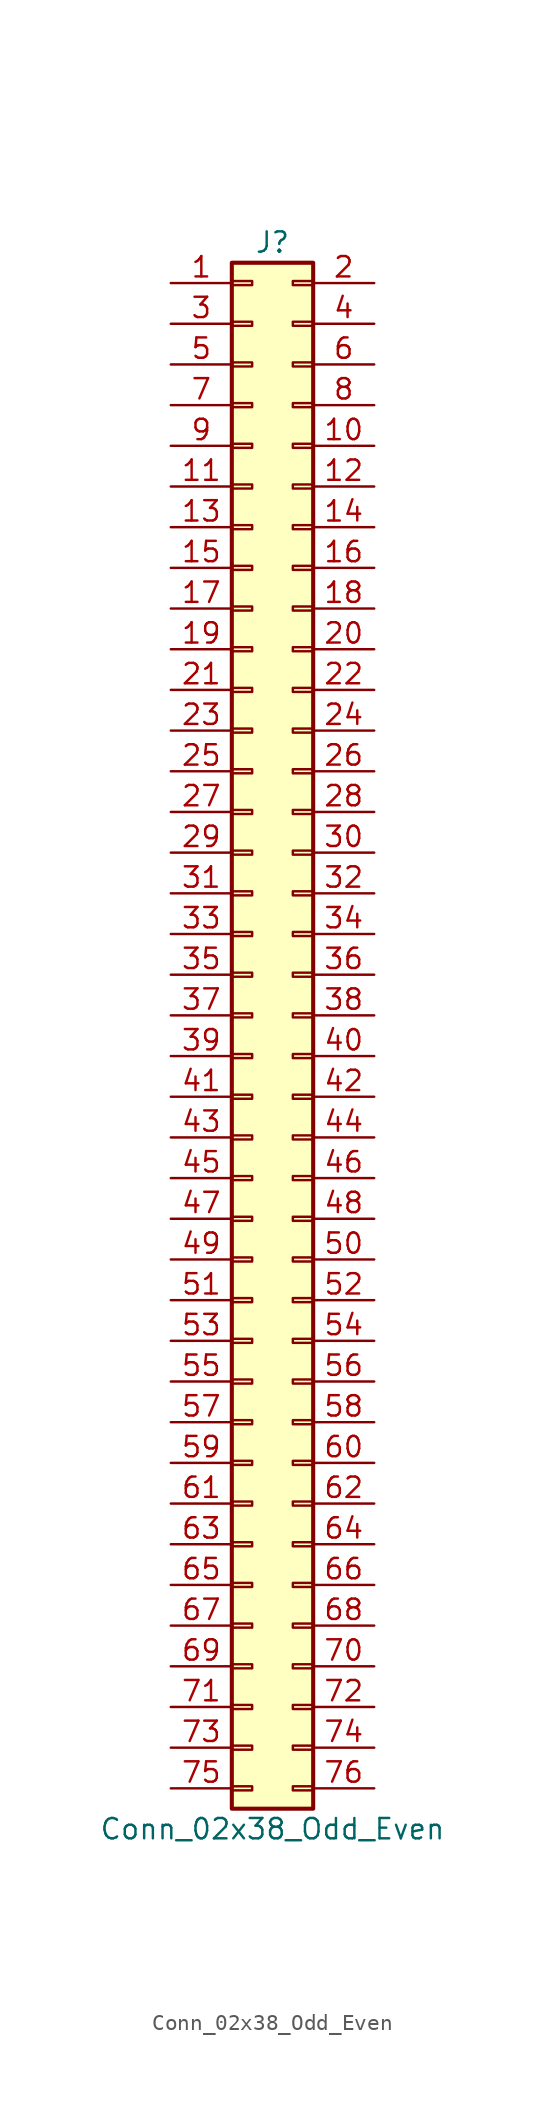
<source format=kicad_sym>
(kicad_symbol_lib
  (version 20211014)
  (generator kicad_symbol_editor)
  (symbol "Conn_02x38_Odd_Even"
    (pin_names
      (offset 1.016) hide)
    (property "Reference" "J"
      (at 1.27 48.26 0)
      (effects (font (size 1.27 1.27))))
    (property "Value" "Conn_02x38_Odd_Even"
      (at 1.27 -50.8 0)
      (effects (font (size 1.27 1.27))))
    (symbol "Conn_02x38_Odd_Even_1_1"
      (rectangle (start -1.27 -48.133) (end 0 -48.387) (stroke (width 0.152) (type default) (color 0 0 0 0)) (fill (type none)))
      (rectangle (start -1.27 -45.593) (end 0 -45.847) (stroke (width 0.152) (type default) (color 0 0 0 0)) (fill (type none)))
      (rectangle (start -1.27 -43.053) (end 0 -43.307) (stroke (width 0.152) (type default) (color 0 0 0 0)) (fill (type none)))
      (rectangle (start -1.27 -40.513) (end 0 -40.767) (stroke (width 0.152) (type default) (color 0 0 0 0)) (fill (type none)))
      (rectangle (start -1.27 -37.973) (end 0 -38.227) (stroke (width 0.152) (type default) (color 0 0 0 0)) (fill (type none)))
      (rectangle (start -1.27 -35.433) (end 0 -35.687) (stroke (width 0.152) (type default) (color 0 0 0 0)) (fill (type none)))
      (rectangle (start -1.27 -32.893) (end 0 -33.147) (stroke (width 0.152) (type default) (color 0 0 0 0)) (fill (type none)))
      (rectangle (start -1.27 -30.353) (end 0 -30.607) (stroke (width 0.152) (type default) (color 0 0 0 0)) (fill (type none)))
      (rectangle (start -1.27 -27.813) (end 0 -28.067) (stroke (width 0.152) (type default) (color 0 0 0 0)) (fill (type none)))
      (rectangle (start -1.27 -25.273) (end 0 -25.527) (stroke (width 0.152) (type default) (color 0 0 0 0)) (fill (type none)))
      (rectangle (start -1.27 -22.733) (end 0 -22.987) (stroke (width 0.152) (type default) (color 0 0 0 0)) (fill (type none)))
      (rectangle (start -1.27 -20.193) (end 0 -20.447) (stroke (width 0.152) (type default) (color 0 0 0 0)) (fill (type none)))
      (rectangle (start -1.27 -17.653) (end 0 -17.907) (stroke (width 0.152) (type default) (color 0 0 0 0)) (fill (type none)))
      (rectangle (start -1.27 -15.113) (end 0 -15.367) (stroke (width 0.152) (type default) (color 0 0 0 0)) (fill (type none)))
      (rectangle (start -1.27 -12.573) (end 0 -12.827) (stroke (width 0.152) (type default) (color 0 0 0 0)) (fill (type none)))
      (rectangle (start -1.27 -10.033) (end 0 -10.287) (stroke (width 0.152) (type default) (color 0 0 0 0)) (fill (type none)))
      (rectangle (start -1.27 -7.493) (end 0 -7.747) (stroke (width 0.152) (type default) (color 0 0 0 0)) (fill (type none)))
      (rectangle (start -1.27 -4.953) (end 0 -5.207) (stroke (width 0.152) (type default) (color 0 0 0 0)) (fill (type none)))
      (rectangle (start -1.27 -2.413) (end 0 -2.667) (stroke (width 0.152) (type default) (color 0 0 0 0)) (fill (type none)))
      (rectangle (start -1.27 0.127) (end 0 -0.127) (stroke (width 0.152) (type default) (color 0 0 0 0)) (fill (type none)))
      (rectangle (start -1.27 2.667) (end 0 2.413) (stroke (width 0.152) (type default) (color 0 0 0 0)) (fill (type none)))
      (rectangle (start -1.27 5.207) (end 0 4.953) (stroke (width 0.152) (type default) (color 0 0 0 0)) (fill (type none)))
      (rectangle (start -1.27 7.747) (end 0 7.493) (stroke (width 0.152) (type default) (color 0 0 0 0)) (fill (type none)))
      (rectangle (start -1.27 10.287) (end 0 10.033) (stroke (width 0.152) (type default) (color 0 0 0 0)) (fill (type none)))
      (rectangle (start -1.27 12.827) (end 0 12.573) (stroke (width 0.152) (type default) (color 0 0 0 0)) (fill (type none)))
      (rectangle (start -1.27 15.367) (end 0 15.113) (stroke (width 0.152) (type default) (color 0 0 0 0)) (fill (type none)))
      (rectangle (start -1.27 17.907) (end 0 17.653) (stroke (width 0.152) (type default) (color 0 0 0 0)) (fill (type none)))
      (rectangle (start -1.27 20.447) (end 0 20.193) (stroke (width 0.152) (type default) (color 0 0 0 0)) (fill (type none)))
      (rectangle (start -1.27 22.987) (end 0 22.733) (stroke (width 0.152) (type default) (color 0 0 0 0)) (fill (type none)))
      (rectangle (start -1.27 25.527) (end 0 25.273) (stroke (width 0.152) (type default) (color 0 0 0 0)) (fill (type none)))
      (rectangle (start -1.27 28.067) (end 0 27.813) (stroke (width 0.152) (type default) (color 0 0 0 0)) (fill (type none)))
      (rectangle (start -1.27 30.607) (end 0 30.353) (stroke (width 0.152) (type default) (color 0 0 0 0)) (fill (type none)))
      (rectangle (start -1.27 33.147) (end 0 32.893) (stroke (width 0.152) (type default) (color 0 0 0 0)) (fill (type none)))
      (rectangle (start -1.27 35.687) (end 0 35.433) (stroke (width 0.152) (type default) (color 0 0 0 0)) (fill (type none)))
      (rectangle (start -1.27 38.227) (end 0 37.973) (stroke (width 0.152) (type default) (color 0 0 0 0)) (fill (type none)))
      (rectangle (start -1.27 40.767) (end 0 40.513) (stroke (width 0.152) (type default) (color 0 0 0 0)) (fill (type none)))
      (rectangle (start -1.27 43.307) (end 0 43.053) (stroke (width 0.152) (type default) (color 0 0 0 0)) (fill (type none)))
      (rectangle (start -1.27 45.847) (end 0 45.593) (stroke (width 0.152) (type default) (color 0 0 0 0)) (fill (type none)))
      (rectangle (start -1.27 46.99) (end 3.81 -49.53) (stroke (width 0.254) (type default) (color 0 0 0 0)) (fill (type background)))
      (rectangle (start 3.81 -48.133) (end 2.54 -48.387) (stroke (width 0.152) (type default) (color 0 0 0 0)) (fill (type none)))
      (rectangle (start 3.81 -45.593) (end 2.54 -45.847) (stroke (width 0.152) (type default) (color 0 0 0 0)) (fill (type none)))
      (rectangle (start 3.81 -43.053) (end 2.54 -43.307) (stroke (width 0.152) (type default) (color 0 0 0 0)) (fill (type none)))
      (rectangle (start 3.81 -40.513) (end 2.54 -40.767) (stroke (width 0.152) (type default) (color 0 0 0 0)) (fill (type none)))
      (rectangle (start 3.81 -37.973) (end 2.54 -38.227) (stroke (width 0.152) (type default) (color 0 0 0 0)) (fill (type none)))
      (rectangle (start 3.81 -35.433) (end 2.54 -35.687) (stroke (width 0.152) (type default) (color 0 0 0 0)) (fill (type none)))
      (rectangle (start 3.81 -32.893) (end 2.54 -33.147) (stroke (width 0.152) (type default) (color 0 0 0 0)) (fill (type none)))
      (rectangle (start 3.81 -30.353) (end 2.54 -30.607) (stroke (width 0.152) (type default) (color 0 0 0 0)) (fill (type none)))
      (rectangle (start 3.81 -27.813) (end 2.54 -28.067) (stroke (width 0.152) (type default) (color 0 0 0 0)) (fill (type none)))
      (rectangle (start 3.81 -25.273) (end 2.54 -25.527) (stroke (width 0.152) (type default) (color 0 0 0 0)) (fill (type none)))
      (rectangle (start 3.81 -22.733) (end 2.54 -22.987) (stroke (width 0.152) (type default) (color 0 0 0 0)) (fill (type none)))
      (rectangle (start 3.81 -20.193) (end 2.54 -20.447) (stroke (width 0.152) (type default) (color 0 0 0 0)) (fill (type none)))
      (rectangle (start 3.81 -17.653) (end 2.54 -17.907) (stroke (width 0.152) (type default) (color 0 0 0 0)) (fill (type none)))
      (rectangle (start 3.81 -15.113) (end 2.54 -15.367) (stroke (width 0.152) (type default) (color 0 0 0 0)) (fill (type none)))
      (rectangle (start 3.81 -12.573) (end 2.54 -12.827) (stroke (width 0.152) (type default) (color 0 0 0 0)) (fill (type none)))
      (rectangle (start 3.81 -10.033) (end 2.54 -10.287) (stroke (width 0.152) (type default) (color 0 0 0 0)) (fill (type none)))
      (rectangle (start 3.81 -7.493) (end 2.54 -7.747) (stroke (width 0.152) (type default) (color 0 0 0 0)) (fill (type none)))
      (rectangle (start 3.81 -4.953) (end 2.54 -5.207) (stroke (width 0.152) (type default) (color 0 0 0 0)) (fill (type none)))
      (rectangle (start 3.81 -2.413) (end 2.54 -2.667) (stroke (width 0.152) (type default) (color 0 0 0 0)) (fill (type none)))
      (rectangle (start 3.81 0.127) (end 2.54 -0.127) (stroke (width 0.152) (type default) (color 0 0 0 0)) (fill (type none)))
      (rectangle (start 3.81 2.667) (end 2.54 2.413) (stroke (width 0.152) (type default) (color 0 0 0 0)) (fill (type none)))
      (rectangle (start 3.81 5.207) (end 2.54 4.953) (stroke (width 0.152) (type default) (color 0 0 0 0)) (fill (type none)))
      (rectangle (start 3.81 7.747) (end 2.54 7.493) (stroke (width 0.152) (type default) (color 0 0 0 0)) (fill (type none)))
      (rectangle (start 3.81 10.287) (end 2.54 10.033) (stroke (width 0.152) (type default) (color 0 0 0 0)) (fill (type none)))
      (rectangle (start 3.81 12.827) (end 2.54 12.573) (stroke (width 0.152) (type default) (color 0 0 0 0)) (fill (type none)))
      (rectangle (start 3.81 15.367) (end 2.54 15.113) (stroke (width 0.152) (type default) (color 0 0 0 0)) (fill (type none)))
      (rectangle (start 3.81 17.907) (end 2.54 17.653) (stroke (width 0.152) (type default) (color 0 0 0 0)) (fill (type none)))
      (rectangle (start 3.81 20.447) (end 2.54 20.193) (stroke (width 0.152) (type default) (color 0 0 0 0)) (fill (type none)))
      (rectangle (start 3.81 22.987) (end 2.54 22.733) (stroke (width 0.152) (type default) (color 0 0 0 0)) (fill (type none)))
      (rectangle (start 3.81 25.527) (end 2.54 25.273) (stroke (width 0.152) (type default) (color 0 0 0 0)) (fill (type none)))
      (rectangle (start 3.81 28.067) (end 2.54 27.813) (stroke (width 0.152) (type default) (color 0 0 0 0)) (fill (type none)))
      (rectangle (start 3.81 30.607) (end 2.54 30.353) (stroke (width 0.152) (type default) (color 0 0 0 0)) (fill (type none)))
      (rectangle (start 3.81 33.147) (end 2.54 32.893) (stroke (width 0.152) (type default) (color 0 0 0 0)) (fill (type none)))
      (rectangle (start 3.81 35.687) (end 2.54 35.433) (stroke (width 0.152) (type default) (color 0 0 0 0)) (fill (type none)))
      (rectangle (start 3.81 38.227) (end 2.54 37.973) (stroke (width 0.152) (type default) (color 0 0 0 0)) (fill (type none)))
      (rectangle (start 3.81 40.767) (end 2.54 40.513) (stroke (width 0.152) (type default) (color 0 0 0 0)) (fill (type none)))
      (rectangle (start 3.81 43.307) (end 2.54 43.053) (stroke (width 0.152) (type default) (color 0 0 0 0)) (fill (type none)))
      (rectangle (start 3.81 45.847) (end 2.54 45.593) (stroke (width 0.152) (type default) (color 0 0 0 0)) (fill (type none)))
      (pin passive line (at -5.08 45.72 0) (length 3.81) (name "Pin_1" (effects (font (size 1.27 1.27)))) (number "1" (effects (font (size 1.27 1.27)))))
      (pin passive line (at 7.62 35.56 180) (length 3.81) (name "Pin_10" (effects (font (size 1.27 1.27)))) (number "10" (effects (font (size 1.27 1.27)))))
      (pin passive line (at -5.08 33.02 0) (length 3.81) (name "Pin_11" (effects (font (size 1.27 1.27)))) (number "11" (effects (font (size 1.27 1.27)))))
      (pin passive line (at 7.62 33.02 180) (length 3.81) (name "Pin_12" (effects (font (size 1.27 1.27)))) (number "12" (effects (font (size 1.27 1.27)))))
      (pin passive line (at -5.08 30.48 0) (length 3.81) (name "Pin_13" (effects (font (size 1.27 1.27)))) (number "13" (effects (font (size 1.27 1.27)))))
      (pin passive line (at 7.62 30.48 180) (length 3.81) (name "Pin_14" (effects (font (size 1.27 1.27)))) (number "14" (effects (font (size 1.27 1.27)))))
      (pin passive line (at -5.08 27.94 0) (length 3.81) (name "Pin_15" (effects (font (size 1.27 1.27)))) (number "15" (effects (font (size 1.27 1.27)))))
      (pin passive line (at 7.62 27.94 180) (length 3.81) (name "Pin_16" (effects (font (size 1.27 1.27)))) (number "16" (effects (font (size 1.27 1.27)))))
      (pin passive line (at -5.08 25.4 0) (length 3.81) (name "Pin_17" (effects (font (size 1.27 1.27)))) (number "17" (effects (font (size 1.27 1.27)))))
      (pin passive line (at 7.62 25.4 180) (length 3.81) (name "Pin_18" (effects (font (size 1.27 1.27)))) (number "18" (effects (font (size 1.27 1.27)))))
      (pin passive line (at -5.08 22.86 0) (length 3.81) (name "Pin_19" (effects (font (size 1.27 1.27)))) (number "19" (effects (font (size 1.27 1.27)))))
      (pin passive line (at 7.62 45.72 180) (length 3.81) (name "Pin_2" (effects (font (size 1.27 1.27)))) (number "2" (effects (font (size 1.27 1.27)))))
      (pin passive line (at 7.62 22.86 180) (length 3.81) (name "Pin_20" (effects (font (size 1.27 1.27)))) (number "20" (effects (font (size 1.27 1.27)))))
      (pin passive line (at -5.08 20.32 0) (length 3.81) (name "Pin_21" (effects (font (size 1.27 1.27)))) (number "21" (effects (font (size 1.27 1.27)))))
      (pin passive line (at 7.62 20.32 180) (length 3.81) (name "Pin_22" (effects (font (size 1.27 1.27)))) (number "22" (effects (font (size 1.27 1.27)))))
      (pin passive line (at -5.08 17.78 0) (length 3.81) (name "Pin_23" (effects (font (size 1.27 1.27)))) (number "23" (effects (font (size 1.27 1.27)))))
      (pin passive line (at 7.62 17.78 180) (length 3.81) (name "Pin_24" (effects (font (size 1.27 1.27)))) (number "24" (effects (font (size 1.27 1.27)))))
      (pin passive line (at -5.08 15.24 0) (length 3.81) (name "Pin_25" (effects (font (size 1.27 1.27)))) (number "25" (effects (font (size 1.27 1.27)))))
      (pin passive line (at 7.62 15.24 180) (length 3.81) (name "Pin_26" (effects (font (size 1.27 1.27)))) (number "26" (effects (font (size 1.27 1.27)))))
      (pin passive line (at -5.08 12.7 0) (length 3.81) (name "Pin_27" (effects (font (size 1.27 1.27)))) (number "27" (effects (font (size 1.27 1.27)))))
      (pin passive line (at 7.62 12.7 180) (length 3.81) (name "Pin_28" (effects (font (size 1.27 1.27)))) (number "28" (effects (font (size 1.27 1.27)))))
      (pin passive line (at -5.08 10.16 0) (length 3.81) (name "Pin_29" (effects (font (size 1.27 1.27)))) (number "29" (effects (font (size 1.27 1.27)))))
      (pin passive line (at -5.08 43.18 0) (length 3.81) (name "Pin_3" (effects (font (size 1.27 1.27)))) (number "3" (effects (font (size 1.27 1.27)))))
      (pin passive line (at 7.62 10.16 180) (length 3.81) (name "Pin_30" (effects (font (size 1.27 1.27)))) (number "30" (effects (font (size 1.27 1.27)))))
      (pin passive line (at -5.08 7.62 0) (length 3.81) (name "Pin_31" (effects (font (size 1.27 1.27)))) (number "31" (effects (font (size 1.27 1.27)))))
      (pin passive line (at 7.62 7.62 180) (length 3.81) (name "Pin_32" (effects (font (size 1.27 1.27)))) (number "32" (effects (font (size 1.27 1.27)))))
      (pin passive line (at -5.08 5.08 0) (length 3.81) (name "Pin_33" (effects (font (size 1.27 1.27)))) (number "33" (effects (font (size 1.27 1.27)))))
      (pin passive line (at 7.62 5.08 180) (length 3.81) (name "Pin_34" (effects (font (size 1.27 1.27)))) (number "34" (effects (font (size 1.27 1.27)))))
      (pin passive line (at -5.08 2.54 0) (length 3.81) (name "Pin_35" (effects (font (size 1.27 1.27)))) (number "35" (effects (font (size 1.27 1.27)))))
      (pin passive line (at 7.62 2.54 180) (length 3.81) (name "Pin_36" (effects (font (size 1.27 1.27)))) (number "36" (effects (font (size 1.27 1.27)))))
      (pin passive line (at -5.08 0 0) (length 3.81) (name "Pin_37" (effects (font (size 1.27 1.27)))) (number "37" (effects (font (size 1.27 1.27)))))
      (pin passive line (at 7.62 0 180) (length 3.81) (name "Pin_38" (effects (font (size 1.27 1.27)))) (number "38" (effects (font (size 1.27 1.27)))))
      (pin passive line (at -5.08 -2.54 0) (length 3.81) (name "Pin_39" (effects (font (size 1.27 1.27)))) (number "39" (effects (font (size 1.27 1.27)))))
      (pin passive line (at 7.62 43.18 180) (length 3.81) (name "Pin_4" (effects (font (size 1.27 1.27)))) (number "4" (effects (font (size 1.27 1.27)))))
      (pin passive line (at 7.62 -2.54 180) (length 3.81) (name "Pin_40" (effects (font (size 1.27 1.27)))) (number "40" (effects (font (size 1.27 1.27)))))
      (pin passive line (at -5.08 -5.08 0) (length 3.81) (name "Pin_41" (effects (font (size 1.27 1.27)))) (number "41" (effects (font (size 1.27 1.27)))))
      (pin passive line (at 7.62 -5.08 180) (length 3.81) (name "Pin_42" (effects (font (size 1.27 1.27)))) (number "42" (effects (font (size 1.27 1.27)))))
      (pin passive line (at -5.08 -7.62 0) (length 3.81) (name "Pin_43" (effects (font (size 1.27 1.27)))) (number "43" (effects (font (size 1.27 1.27)))))
      (pin passive line (at 7.62 -7.62 180) (length 3.81) (name "Pin_44" (effects (font (size 1.27 1.27)))) (number "44" (effects (font (size 1.27 1.27)))))
      (pin passive line (at -5.08 -10.16 0) (length 3.81) (name "Pin_45" (effects (font (size 1.27 1.27)))) (number "45" (effects (font (size 1.27 1.27)))))
      (pin passive line (at 7.62 -10.16 180) (length 3.81) (name "Pin_46" (effects (font (size 1.27 1.27)))) (number "46" (effects (font (size 1.27 1.27)))))
      (pin passive line (at -5.08 -12.7 0) (length 3.81) (name "Pin_47" (effects (font (size 1.27 1.27)))) (number "47" (effects (font (size 1.27 1.27)))))
      (pin passive line (at 7.62 -12.7 180) (length 3.81) (name "Pin_48" (effects (font (size 1.27 1.27)))) (number "48" (effects (font (size 1.27 1.27)))))
      (pin passive line (at -5.08 -15.24 0) (length 3.81) (name "Pin_49" (effects (font (size 1.27 1.27)))) (number "49" (effects (font (size 1.27 1.27)))))
      (pin passive line (at -5.08 40.64 0) (length 3.81) (name "Pin_5" (effects (font (size 1.27 1.27)))) (number "5" (effects (font (size 1.27 1.27)))))
      (pin passive line (at 7.62 -15.24 180) (length 3.81) (name "Pin_50" (effects (font (size 1.27 1.27)))) (number "50" (effects (font (size 1.27 1.27)))))
      (pin passive line (at -5.08 -17.78 0) (length 3.81) (name "Pin_51" (effects (font (size 1.27 1.27)))) (number "51" (effects (font (size 1.27 1.27)))))
      (pin passive line (at 7.62 -17.78 180) (length 3.81) (name "Pin_52" (effects (font (size 1.27 1.27)))) (number "52" (effects (font (size 1.27 1.27)))))
      (pin passive line (at -5.08 -20.32 0) (length 3.81) (name "Pin_53" (effects (font (size 1.27 1.27)))) (number "53" (effects (font (size 1.27 1.27)))))
      (pin passive line (at 7.62 -20.32 180) (length 3.81) (name "Pin_54" (effects (font (size 1.27 1.27)))) (number "54" (effects (font (size 1.27 1.27)))))
      (pin passive line (at -5.08 -22.86 0) (length 3.81) (name "Pin_55" (effects (font (size 1.27 1.27)))) (number "55" (effects (font (size 1.27 1.27)))))
      (pin passive line (at 7.62 -22.86 180) (length 3.81) (name "Pin_56" (effects (font (size 1.27 1.27)))) (number "56" (effects (font (size 1.27 1.27)))))
      (pin passive line (at -5.08 -25.4 0) (length 3.81) (name "Pin_57" (effects (font (size 1.27 1.27)))) (number "57" (effects (font (size 1.27 1.27)))))
      (pin passive line (at 7.62 -25.4 180) (length 3.81) (name "Pin_58" (effects (font (size 1.27 1.27)))) (number "58" (effects (font (size 1.27 1.27)))))
      (pin passive line (at -5.08 -27.94 0) (length 3.81) (name "Pin_59" (effects (font (size 1.27 1.27)))) (number "59" (effects (font (size 1.27 1.27)))))
      (pin passive line (at 7.62 40.64 180) (length 3.81) (name "Pin_6" (effects (font (size 1.27 1.27)))) (number "6" (effects (font (size 1.27 1.27)))))
      (pin passive line (at 7.62 -27.94 180) (length 3.81) (name "Pin_60" (effects (font (size 1.27 1.27)))) (number "60" (effects (font (size 1.27 1.27)))))
      (pin passive line (at -5.08 -30.48 0) (length 3.81) (name "Pin_61" (effects (font (size 1.27 1.27)))) (number "61" (effects (font (size 1.27 1.27)))))
      (pin passive line (at 7.62 -30.48 180) (length 3.81) (name "Pin_62" (effects (font (size 1.27 1.27)))) (number "62" (effects (font (size 1.27 1.27)))))
      (pin passive line (at -5.08 -33.02 0) (length 3.81) (name "Pin_63" (effects (font (size 1.27 1.27)))) (number "63" (effects (font (size 1.27 1.27)))))
      (pin passive line (at 7.62 -33.02 180) (length 3.81) (name "Pin_64" (effects (font (size 1.27 1.27)))) (number "64" (effects (font (size 1.27 1.27)))))
      (pin passive line (at -5.08 -35.56 0) (length 3.81) (name "Pin_65" (effects (font (size 1.27 1.27)))) (number "65" (effects (font (size 1.27 1.27)))))
      (pin passive line (at 7.62 -35.56 180) (length 3.81) (name "Pin_66" (effects (font (size 1.27 1.27)))) (number "66" (effects (font (size 1.27 1.27)))))
      (pin passive line (at -5.08 -38.1 0) (length 3.81) (name "Pin_67" (effects (font (size 1.27 1.27)))) (number "67" (effects (font (size 1.27 1.27)))))
      (pin passive line (at 7.62 -38.1 180) (length 3.81) (name "Pin_68" (effects (font (size 1.27 1.27)))) (number "68" (effects (font (size 1.27 1.27)))))
      (pin passive line (at -5.08 -40.64 0) (length 3.81) (name "Pin_69" (effects (font (size 1.27 1.27)))) (number "69" (effects (font (size 1.27 1.27)))))
      (pin passive line (at -5.08 38.1 0) (length 3.81) (name "Pin_7" (effects (font (size 1.27 1.27)))) (number "7" (effects (font (size 1.27 1.27)))))
      (pin passive line (at 7.62 -40.64 180) (length 3.81) (name "Pin_70" (effects (font (size 1.27 1.27)))) (number "70" (effects (font (size 1.27 1.27)))))
      (pin passive line (at -5.08 -43.18 0) (length 3.81) (name "Pin_71" (effects (font (size 1.27 1.27)))) (number "71" (effects (font (size 1.27 1.27)))))
      (pin passive line (at 7.62 -43.18 180) (length 3.81) (name "Pin_72" (effects (font (size 1.27 1.27)))) (number "72" (effects (font (size 1.27 1.27)))))
      (pin passive line (at -5.08 -45.72 0) (length 3.81) (name "Pin_73" (effects (font (size 1.27 1.27)))) (number "73" (effects (font (size 1.27 1.27)))))
      (pin passive line (at 7.62 -45.72 180) (length 3.81) (name "Pin_74" (effects (font (size 1.27 1.27)))) (number "74" (effects (font (size 1.27 1.27)))))
      (pin passive line (at -5.08 -48.26 0) (length 3.81) (name "Pin_75" (effects (font (size 1.27 1.27)))) (number "75" (effects (font (size 1.27 1.27)))))
      (pin passive line (at 7.62 -48.26 180) (length 3.81) (name "Pin_76" (effects (font (size 1.27 1.27)))) (number "76" (effects (font (size 1.27 1.27)))))
      (pin passive line (at 7.62 38.1 180) (length 3.81) (name "Pin_8" (effects (font (size 1.27 1.27)))) (number "8" (effects (font (size 1.27 1.27)))))
      (pin passive line (at -5.08 35.56 0) (length 3.81) (name "Pin_9" (effects (font (size 1.27 1.27)))) (number "9" (effects (font (size 1.27 1.27))))))))
</source>
